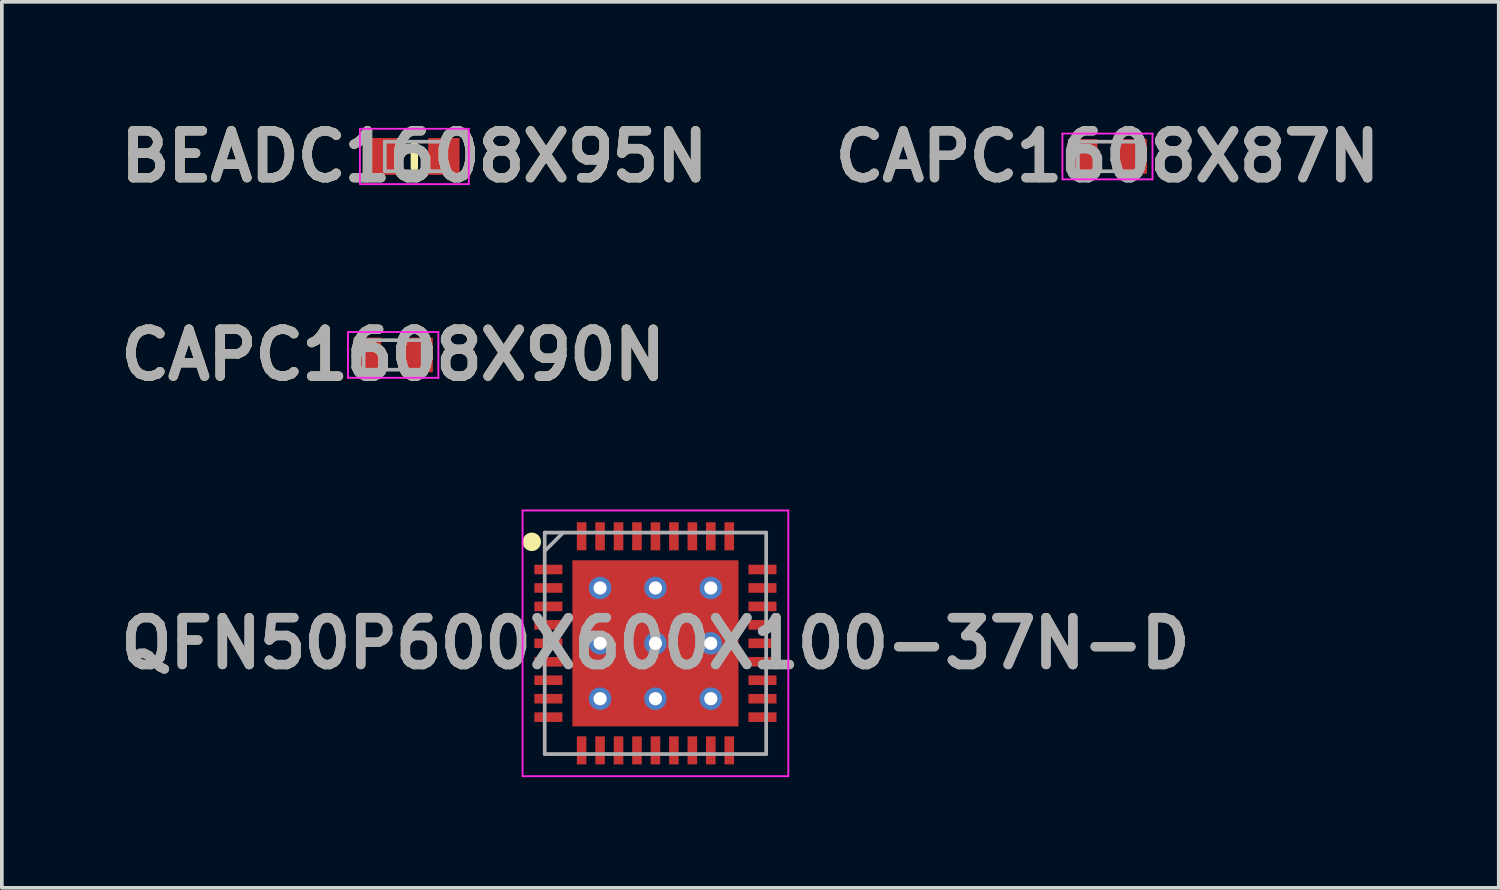
<source format=kicad_pcb>
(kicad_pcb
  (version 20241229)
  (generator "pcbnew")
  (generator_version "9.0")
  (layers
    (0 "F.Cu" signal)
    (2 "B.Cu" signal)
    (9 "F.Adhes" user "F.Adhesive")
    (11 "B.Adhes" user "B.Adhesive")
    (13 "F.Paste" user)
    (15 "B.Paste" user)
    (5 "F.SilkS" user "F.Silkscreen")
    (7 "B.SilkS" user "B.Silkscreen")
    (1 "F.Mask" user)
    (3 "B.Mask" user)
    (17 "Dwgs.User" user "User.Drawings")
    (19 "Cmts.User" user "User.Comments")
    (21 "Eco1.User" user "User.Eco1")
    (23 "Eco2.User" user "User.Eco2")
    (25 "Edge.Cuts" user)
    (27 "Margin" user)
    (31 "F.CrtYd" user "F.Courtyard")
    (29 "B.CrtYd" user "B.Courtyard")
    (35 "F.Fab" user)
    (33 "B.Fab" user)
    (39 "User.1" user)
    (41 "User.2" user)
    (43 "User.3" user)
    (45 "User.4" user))
  (footprint "CAPC1608X90N"
    (layer "F.Cu")
    (at 7.602 6.566)
    (property "Reference" "CAPC1608X90N" (at 0 0 0) (layer "F.SilkS") (effects (font (size 1.27 1.27) (thickness 0.254))))
    (attr smd)
    (fp_line (start -1.225 -0.62) (end 1.225 -0.62) (stroke (width 0.05) (type solid)) (layer "F.CrtYd"))
    (fp_line (start -1.225 0.62) (end -1.225 -0.62) (stroke (width 0.05) (type solid)) (layer "F.CrtYd"))
    (fp_line (start 1.225 -0.62) (end 1.225 0.62) (stroke (width 0.05) (type solid)) (layer "F.CrtYd"))
    (fp_line (start 1.225 0.62) (end -1.225 0.62) (stroke (width 0.05) (type solid)) (layer "F.CrtYd"))
    (fp_line (start -0.8 -0.4) (end 0.8 -0.4) (stroke (width 0.1) (type solid)) (layer "F.Fab"))
    (fp_line (start -0.8 0.4) (end -0.8 -0.4) (stroke (width 0.1) (type solid)) (layer "F.Fab"))
    (fp_line (start 0.8 -0.4) (end 0.8 0.4) (stroke (width 0.1) (type solid)) (layer "F.Fab"))
    (fp_line (start 0.8 0.4) (end -0.8 0.4) (stroke (width 0.1) (type solid)) (layer "F.Fab"))
    (fp_text user "${REFERENCE}" (at 0 0 0) (layer "F.Fab") (effects (font (size 1.27 1.27) (thickness 0.254))))
    (pad "1" smd rect (at -0.7 0) (size 0.75 0.94) (layers "F.Cu" "F.Mask" "F.Paste"))
    (pad "2" smd rect (at 0.7 0) (size 0.75 0.94) (layers "F.Cu" "F.Mask" "F.Paste")))
  (footprint "BEADC1608X95N"
    (layer "F.Cu")
    (at 8.176 1.189)
    (property "Reference" "BEADC1608X95N" (at 0 0 0) (layer "F.SilkS") (effects (font (size 1.27 1.27) (thickness 0.254))))
    (attr smd)
    (fp_line (start 0 -0.3) (end 0 0.3) (stroke (width 0.2) (type solid)) (layer "F.SilkS"))
    (fp_line (start -1.475 -0.75) (end 1.475 -0.75) (stroke (width 0.05) (type solid)) (layer "F.CrtYd"))
    (fp_line (start -1.475 0.75) (end -1.475 -0.75) (stroke (width 0.05) (type solid)) (layer "F.CrtYd"))
    (fp_line (start 1.475 -0.75) (end 1.475 0.75) (stroke (width 0.05) (type solid)) (layer "F.CrtYd"))
    (fp_line (start 1.475 0.75) (end -1.475 0.75) (stroke (width 0.05) (type solid)) (layer "F.CrtYd"))
    (fp_line (start -0.8 -0.4) (end 0.8 -0.4) (stroke (width 0.1) (type solid)) (layer "F.Fab"))
    (fp_line (start -0.8 0.4) (end -0.8 -0.4) (stroke (width 0.1) (type solid)) (layer "F.Fab"))
    (fp_line (start 0.8 -0.4) (end 0.8 0.4) (stroke (width 0.1) (type solid)) (layer "F.Fab"))
    (fp_line (start 0.8 0.4) (end -0.8 0.4) (stroke (width 0.1) (type solid)) (layer "F.Fab"))
    (fp_text user "${REFERENCE}" (at 0 0 0) (layer "F.Fab") (effects (font (size 1.27 1.27) (thickness 0.254))))
    (pad "1" smd rect (at -0.8 0) (size 0.85 1) (layers "F.Cu" "F.Mask" "F.Paste"))
    (pad "2" smd rect (at 0.8 0) (size 0.85 1) (layers "F.Cu" "F.Mask" "F.Paste")))
  (footprint "CAPC1608X87N"
    (layer "F.Cu")
    (at 26.955 1.189)
    (property "Reference" "CAPC1608X87N" (at 0 0 0) (layer "F.Fab") (effects (font (size 1.27 1.27) (thickness 0.254))))
    (attr smd)
    (fp_line (start -1.22 -0.62) (end 1.22 -0.62) (stroke (width 0.05) (type solid)) (layer "F.CrtYd"))
    (fp_line (start -1.22 0.62) (end -1.22 -0.62) (stroke (width 0.05) (type solid)) (layer "F.CrtYd"))
    (fp_line (start 1.22 -0.62) (end 1.22 0.62) (stroke (width 0.05) (type solid)) (layer "F.CrtYd"))
    (fp_line (start 1.22 0.62) (end -1.22 0.62) (stroke (width 0.05) (type solid)) (layer "F.CrtYd"))
    (fp_line (start -0.8 -0.4) (end 0.8 -0.4) (stroke (width 0.1) (type solid)) (layer "F.Fab"))
    (fp_line (start -0.8 0.4) (end -0.8 -0.4) (stroke (width 0.1) (type solid)) (layer "F.Fab"))
    (fp_line (start 0.8 -0.4) (end 0.8 0.4) (stroke (width 0.1) (type solid)) (layer "F.Fab"))
    (fp_line (start 0.8 0.4) (end -0.8 0.4) (stroke (width 0.1) (type solid)) (layer "F.Fab"))
    (fp_text user "${REFERENCE}" (at 0 0 0) (layer "F.Fab") (effects (font (size 1.27 1.27) (thickness 0.254))))
    (pad "1" smd rect (at -0.67 0) (size 0.8 0.94) (layers "F.Cu" "F.Mask" "F.Paste"))
    (pad "2" smd rect (at 0.67 0) (size 0.8 0.94) (layers "F.Cu" "F.Mask" "F.Paste")))
  (footprint "QFN50P600X600X100-37N-D"
    (layer "F.Cu")
    (at 14.708 14.38)
    (property "Reference" "QFN50P600X600X100-37N-D" (at 0 0 0) (layer "F.Fab") (effects (font (size 1.27 1.27) (thickness 0.254))))
    (attr smd)
    (fp_line (start -1.5 -0.75) (end 1.5 -0.75) (stroke (width 0.6) (type solid)) (layer "F.Mask"))
    (fp_line (start -0.75 -1.5) (end -0.75 1.5) (stroke (width 0.6) (type solid)) (layer "F.Mask"))
    (fp_line (start 0.75 -1.5) (end 0.75 1.5) (stroke (width 0.6) (type solid)) (layer "F.Mask"))
    (fp_line (start 1.5 0.75) (end -1.5 0.75) (stroke (width 0.6) (type solid)) (layer "F.Mask"))
    (fp_circle (center -3.35 -2.75) (end -3.35 -2.625) (stroke (width 0.25) (type solid)) (fill no) (layer "F.SilkS"))
    (fp_line (start -1.501 -0.75) (end -1.499 -0.75) (stroke (width 0.5) (type solid)) (layer "F.Paste"))
    (fp_line (start -1.501 0.75) (end -1.499 0.75) (stroke (width 0.5) (type solid)) (layer "F.Paste"))
    (fp_line (start -0.751 -1.5) (end -0.749 -1.5) (stroke (width 0.5) (type solid)) (layer "F.Paste"))
    (fp_line (start -0.751 -0.75) (end -0.749 -0.75) (stroke (width 0.5) (type solid)) (layer "F.Paste"))
    (fp_line (start -0.751 0) (end -0.749 0) (stroke (width 0.5) (type solid)) (layer "F.Paste"))
    (fp_line (start -0.751 0.75) (end -0.749 0.75) (stroke (width 0.5) (type solid)) (layer "F.Paste"))
    (fp_line (start -0.751 1.5) (end -0.749 1.5) (stroke (width 0.5) (type solid)) (layer "F.Paste"))
    (fp_line (start -0.001 -0.75) (end 0.001 -0.75) (stroke (width 0.5) (type solid)) (layer "F.Paste"))
    (fp_line (start -0.001 0.75) (end 0.001 0.75) (stroke (width 0.5) (type solid)) (layer "F.Paste"))
    (fp_line (start 0.749 -1.5) (end 0.751 -1.5) (stroke (width 0.5) (type solid)) (layer "F.Paste"))
    (fp_line (start 0.749 -0.75) (end 0.751 -0.75) (stroke (width 0.5) (type solid)) (layer "F.Paste"))
    (fp_line (start 0.749 0) (end 0.751 0) (stroke (width 0.5) (type solid)) (layer "F.Paste"))
    (fp_line (start 0.749 0.75) (end 0.751 0.75) (stroke (width 0.5) (type solid)) (layer "F.Paste"))
    (fp_line (start 0.749 1.5) (end 0.751 1.5) (stroke (width 0.5) (type solid)) (layer "F.Paste"))
    (fp_line (start 1.499 -0.75) (end 1.501 -0.75) (stroke (width 0.5) (type solid)) (layer "F.Paste"))
    (fp_line (start 1.499 0.75) (end 1.501 0.75) (stroke (width 0.5) (type solid)) (layer "F.Paste"))
    (fp_line (start -3.6 -3.6) (end 3.6 -3.6) (stroke (width 0.05) (type solid)) (layer "F.CrtYd"))
    (fp_line (start -3.6 3.6) (end -3.6 -3.6) (stroke (width 0.05) (type solid)) (layer "F.CrtYd"))
    (fp_line (start 3.6 -3.6) (end 3.6 3.6) (stroke (width 0.05) (type solid)) (layer "F.CrtYd"))
    (fp_line (start 3.6 3.6) (end -3.6 3.6) (stroke (width 0.05) (type solid)) (layer "F.CrtYd"))
    (fp_line (start -3 -3) (end 3 -3) (stroke (width 0.1) (type solid)) (layer "F.Fab"))
    (fp_line (start -3 -2.5) (end -2.5 -3) (stroke (width 0.1) (type solid)) (layer "F.Fab"))
    (fp_line (start -3 3) (end -3 -3) (stroke (width 0.1) (type solid)) (layer "F.Fab"))
    (fp_line (start 3 -3) (end 3 3) (stroke (width 0.1) (type solid)) (layer "F.Fab"))
    (fp_line (start 3 3) (end -3 3) (stroke (width 0.1) (type solid)) (layer "F.Fab"))
    (fp_text user "${REFERENCE}" (at 0 0 0) (layer "F.Fab") (effects (font (size 1.27 1.27) (thickness 0.254))))
    (pad "1" smd rect (at -2.9 -2 90) (size 0.26 0.76) (layers "F.Cu" "F.Mask" "F.Paste"))
    (pad "2" smd rect (at -2.9 -1.5 90) (size 0.26 0.76) (layers "F.Cu" "F.Mask" "F.Paste"))
    (pad "3" smd rect (at -2.9 -1 90) (size 0.26 0.76) (layers "F.Cu" "F.Mask" "F.Paste"))
    (pad "4" smd rect (at -2.9 -0.5 90) (size 0.26 0.76) (layers "F.Cu" "F.Mask" "F.Paste"))
    (pad "5" smd rect (at -2.9 0 90) (size 0.26 0.76) (layers "F.Cu" "F.Mask" "F.Paste"))
    (pad "6" smd rect (at -2.9 0.5 90) (size 0.26 0.76) (layers "F.Cu" "F.Mask" "F.Paste"))
    (pad "7" smd rect (at -2.9 1 90) (size 0.26 0.76) (layers "F.Cu" "F.Mask" "F.Paste"))
    (pad "8" smd rect (at -2.9 1.5 90) (size 0.26 0.76) (layers "F.Cu" "F.Mask" "F.Paste"))
    (pad "9" smd rect (at -2.9 2 90) (size 0.26 0.76) (layers "F.Cu" "F.Mask" "F.Paste"))
    (pad "10" smd rect (at -2 2.9) (size 0.26 0.76) (layers "F.Cu" "F.Mask" "F.Paste"))
    (pad "11" smd rect (at -1.5 2.9) (size 0.26 0.76) (layers "F.Cu" "F.Mask" "F.Paste"))
    (pad "12" smd rect (at -1 2.9) (size 0.26 0.76) (layers "F.Cu" "F.Mask" "F.Paste"))
    (pad "13" smd rect (at -0.5 2.9) (size 0.26 0.76) (layers "F.Cu" "F.Mask" "F.Paste"))
    (pad "14" smd rect (at 0 2.9) (size 0.26 0.76) (layers "F.Cu" "F.Mask" "F.Paste"))
    (pad "15" smd rect (at 0.5 2.9) (size 0.26 0.76) (layers "F.Cu" "F.Mask" "F.Paste"))
    (pad "16" smd rect (at 1 2.9) (size 0.26 0.76) (layers "F.Cu" "F.Mask" "F.Paste"))
    (pad "17" smd rect (at 1.5 2.9) (size 0.26 0.76) (layers "F.Cu" "F.Mask" "F.Paste"))
    (pad "18" smd rect (at 2 2.9) (size 0.26 0.76) (layers "F.Cu" "F.Mask" "F.Paste"))
    (pad "19" smd rect (at 2.9 2 90) (size 0.26 0.76) (layers "F.Cu" "F.Mask" "F.Paste"))
    (pad "20" smd rect (at 2.9 1.5 90) (size 0.26 0.76) (layers "F.Cu" "F.Mask" "F.Paste"))
    (pad "21" smd rect (at 2.9 1 90) (size 0.26 0.76) (layers "F.Cu" "F.Mask" "F.Paste"))
    (pad "22" smd rect (at 2.9 0.5 90) (size 0.26 0.76) (layers "F.Cu" "F.Mask" "F.Paste"))
    (pad "23" smd rect (at 2.9 0 90) (size 0.26 0.76) (layers "F.Cu" "F.Mask" "F.Paste"))
    (pad "24" smd rect (at 2.9 -0.5 90) (size 0.26 0.76) (layers "F.Cu" "F.Mask" "F.Paste"))
    (pad "25" smd rect (at 2.9 -1 90) (size 0.26 0.76) (layers "F.Cu" "F.Mask" "F.Paste"))
    (pad "26" smd rect (at 2.9 -1.5 90) (size 0.26 0.76) (layers "F.Cu" "F.Mask" "F.Paste"))
    (pad "27" smd rect (at 2.9 -2 90) (size 0.26 0.76) (layers "F.Cu" "F.Mask" "F.Paste"))
    (pad "28" smd rect (at 2 -2.9) (size 0.26 0.76) (layers "F.Cu" "F.Mask" "F.Paste"))
    (pad "29" smd rect (at 1.5 -2.9) (size 0.26 0.76) (layers "F.Cu" "F.Mask" "F.Paste"))
    (pad "30" smd rect (at 1 -2.9) (size 0.26 0.76) (layers "F.Cu" "F.Mask" "F.Paste"))
    (pad "31" smd rect (at 0.5 -2.9) (size 0.26 0.76) (layers "F.Cu" "F.Mask" "F.Paste"))
    (pad "32" smd rect (at 0 -2.9) (size 0.26 0.76) (layers "F.Cu" "F.Mask" "F.Paste"))
    (pad "33" smd rect (at -0.5 -2.9) (size 0.26 0.76) (layers "F.Cu" "F.Mask" "F.Paste"))
    (pad "34" smd rect (at -1 -2.9) (size 0.26 0.76) (layers "F.Cu" "F.Mask" "F.Paste"))
    (pad "35" smd rect (at -1.5 -2.9) (size 0.26 0.76) (layers "F.Cu" "F.Mask" "F.Paste"))
    (pad "36" smd rect (at -2 -2.9) (size 0.26 0.76) (layers "F.Cu" "F.Mask" "F.Paste"))
    (pad "37" thru_hole circle (at -1.5 -1.5) (size 0.61 0.61) (drill 0.356) (layers "*.Cu" "B.Mask"))
    (pad "37" thru_hole circle (at -1.5 0) (size 0.61 0.61) (drill 0.356) (layers "*.Cu" "B.Mask"))
    (pad "37" thru_hole circle (at -1.5 1.5) (size 0.61 0.61) (drill 0.356) (layers "*.Cu" "B.Mask"))
    (pad "37" thru_hole circle (at 0 -1.5) (size 0.61 0.61) (drill 0.356) (layers "*.Cu" "B.Mask"))
    (pad "37" thru_hole circle (at 0 0) (size 0.61 0.61) (drill 0.356) (layers "*.Cu" "B.Mask"))
    (pad "37" smd rect (at 0 0) (size 4.5 4.5) (layers "F.Cu"))
    (pad "37" thru_hole circle (at 0 1.5) (size 0.61 0.61) (drill 0.356) (layers "*.Cu" "B.Mask"))
    (pad "37" thru_hole circle (at 1.5 -1.5) (size 0.61 0.61) (drill 0.356) (layers "*.Cu" "B.Mask"))
    (pad "37" thru_hole circle (at 1.5 0) (size 0.61 0.61) (drill 0.356) (layers "*.Cu" "B.Mask"))
    (pad "37" thru_hole circle (at 1.5 1.5) (size 0.61 0.61) (drill 0.356) (layers "*.Cu" "B.Mask")))
  (gr_rect
    (start -3 -3)
    (end 37.556 21.005)
    (stroke (width 0.1) (type default))
    (fill no)
    (layer "Edge.Cuts")))
</source>
